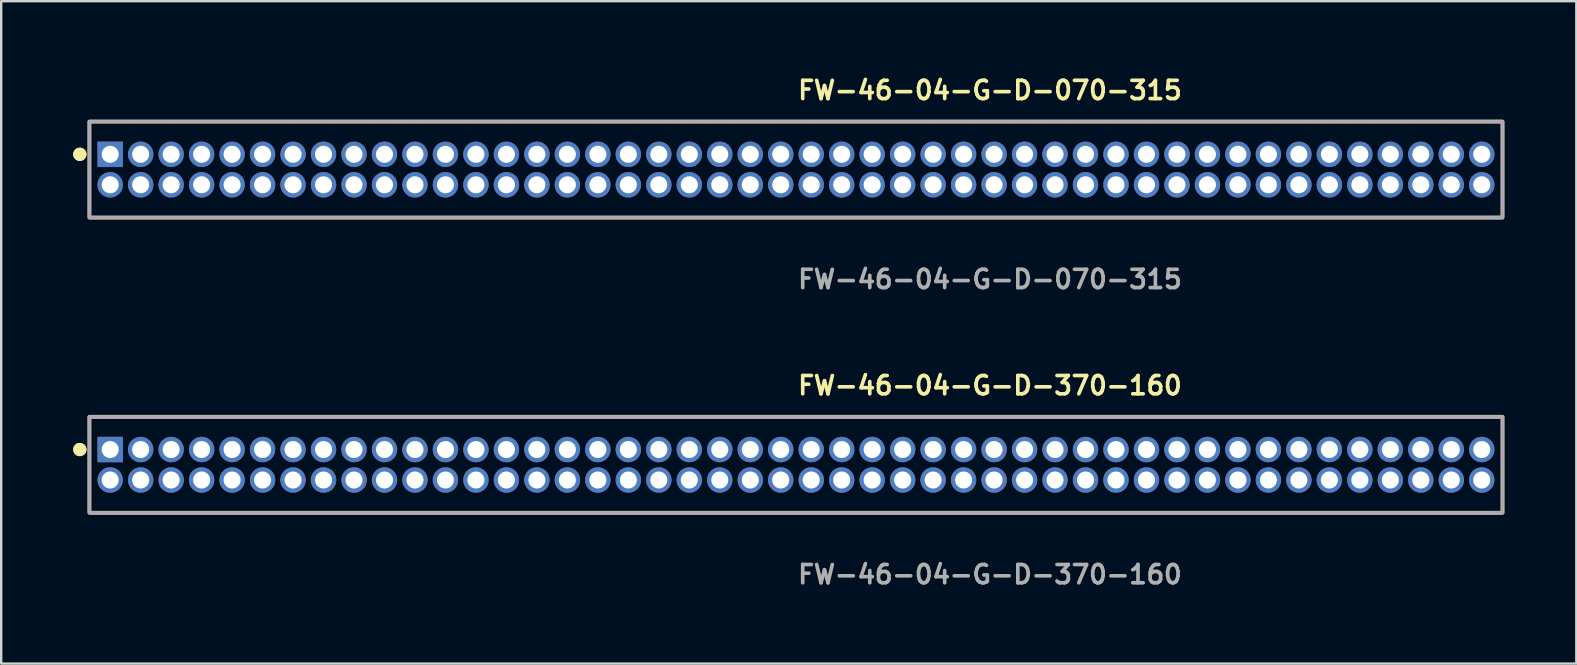
<source format=kicad_pcb>
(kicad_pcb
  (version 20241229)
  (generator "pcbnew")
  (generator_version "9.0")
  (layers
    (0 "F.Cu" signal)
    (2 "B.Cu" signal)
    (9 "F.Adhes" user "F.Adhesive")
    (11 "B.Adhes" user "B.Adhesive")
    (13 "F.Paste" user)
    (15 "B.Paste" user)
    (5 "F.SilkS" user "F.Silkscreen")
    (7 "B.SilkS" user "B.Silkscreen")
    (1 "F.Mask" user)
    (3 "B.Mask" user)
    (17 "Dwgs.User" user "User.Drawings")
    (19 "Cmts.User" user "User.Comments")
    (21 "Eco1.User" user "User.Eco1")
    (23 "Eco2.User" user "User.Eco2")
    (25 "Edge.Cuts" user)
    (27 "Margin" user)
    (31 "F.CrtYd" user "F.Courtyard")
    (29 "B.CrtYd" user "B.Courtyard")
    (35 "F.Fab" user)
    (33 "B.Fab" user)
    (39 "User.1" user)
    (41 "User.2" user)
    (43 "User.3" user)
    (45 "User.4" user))
  (footprint "FW-46-04-G-D-370-160"
    (layer "F.Cu")
    (at 30.116 16.316)
    (property "Reference" "FW-46-04-G-D-370-160" (at 0 -3.302 0) (unlocked yes) (layer "F.SilkS") (effects (font (size 0.762 0.762) (thickness 0.152)) (justify left)))
    (fp_rect (start -29.44 2) (end 29.44 -2) (stroke (width 0.152) (type solid)) (fill no) (layer "F.SilkS"))
    (fp_circle (center -29.84 -0.635) (end -30.04 -0.635) (stroke (width 0.152) (type solid)) (fill yes) (layer "F.SilkS"))
    (fp_circle (center -29.84 -0.635) (end -30.04 -0.635) (stroke (width 0.152) (type solid)) (fill yes) (layer "F.SilkS"))
    (fp_rect (start -29.44 2) (end 29.44 -2) (stroke (width 0.006) (type solid)) (fill no) (layer "F.CrtYd"))
    (fp_rect (start -29.44 2) (end 29.44 -2) (stroke (width 0.152) (type solid)) (fill no) (layer "F.Fab"))
    (fp_text user "${REFERENCE}" (at 0 4.572 0) (unlocked yes) (layer "F.Fab") (effects (font (size 0.762 0.762) (thickness 0.152)) (justify left)))
    (pad "1" thru_hole rect (at -28.575 -0.635) (size 1.06 1.06) (drill 0.71) (layers "*.Cu" "*.Mask"))
    (pad "2" thru_hole circle (at -28.575 0.635) (size 1.06 1.06) (drill 0.71) (layers "*.Cu" "*.Mask"))
    (pad "3" thru_hole circle (at -27.305 -0.635) (size 1.06 1.06) (drill 0.71) (layers "*.Cu" "*.Mask"))
    (pad "4" thru_hole circle (at -27.305 0.635) (size 1.06 1.06) (drill 0.71) (layers "*.Cu" "*.Mask"))
    (pad "5" thru_hole circle (at -26.035 -0.635) (size 1.06 1.06) (drill 0.71) (layers "*.Cu" "*.Mask"))
    (pad "6" thru_hole circle (at -26.035 0.635) (size 1.06 1.06) (drill 0.71) (layers "*.Cu" "*.Mask"))
    (pad "7" thru_hole circle (at -24.765 -0.635) (size 1.06 1.06) (drill 0.71) (layers "*.Cu" "*.Mask"))
    (pad "8" thru_hole circle (at -24.765 0.635) (size 1.06 1.06) (drill 0.71) (layers "*.Cu" "*.Mask"))
    (pad "9" thru_hole circle (at -23.495 -0.635) (size 1.06 1.06) (drill 0.71) (layers "*.Cu" "*.Mask"))
    (pad "10" thru_hole circle (at -23.495 0.635) (size 1.06 1.06) (drill 0.71) (layers "*.Cu" "*.Mask"))
    (pad "11" thru_hole circle (at -22.225 -0.635) (size 1.06 1.06) (drill 0.71) (layers "*.Cu" "*.Mask"))
    (pad "12" thru_hole circle (at -22.225 0.635) (size 1.06 1.06) (drill 0.71) (layers "*.Cu" "*.Mask"))
    (pad "13" thru_hole circle (at -20.955 -0.635) (size 1.06 1.06) (drill 0.71) (layers "*.Cu" "*.Mask"))
    (pad "14" thru_hole circle (at -20.955 0.635) (size 1.06 1.06) (drill 0.71) (layers "*.Cu" "*.Mask"))
    (pad "15" thru_hole circle (at -19.685 -0.635) (size 1.06 1.06) (drill 0.71) (layers "*.Cu" "*.Mask"))
    (pad "16" thru_hole circle (at -19.685 0.635) (size 1.06 1.06) (drill 0.71) (layers "*.Cu" "*.Mask"))
    (pad "17" thru_hole circle (at -18.415 -0.635) (size 1.06 1.06) (drill 0.71) (layers "*.Cu" "*.Mask"))
    (pad "18" thru_hole circle (at -18.415 0.635) (size 1.06 1.06) (drill 0.71) (layers "*.Cu" "*.Mask"))
    (pad "19" thru_hole circle (at -17.145 -0.635) (size 1.06 1.06) (drill 0.71) (layers "*.Cu" "*.Mask"))
    (pad "20" thru_hole circle (at -17.145 0.635) (size 1.06 1.06) (drill 0.71) (layers "*.Cu" "*.Mask"))
    (pad "21" thru_hole circle (at -15.875 -0.635) (size 1.06 1.06) (drill 0.71) (layers "*.Cu" "*.Mask"))
    (pad "22" thru_hole circle (at -15.875 0.635) (size 1.06 1.06) (drill 0.71) (layers "*.Cu" "*.Mask"))
    (pad "23" thru_hole circle (at -14.605 -0.635) (size 1.06 1.06) (drill 0.71) (layers "*.Cu" "*.Mask"))
    (pad "24" thru_hole circle (at -14.605 0.635) (size 1.06 1.06) (drill 0.71) (layers "*.Cu" "*.Mask"))
    (pad "25" thru_hole circle (at -13.335 -0.635) (size 1.06 1.06) (drill 0.71) (layers "*.Cu" "*.Mask"))
    (pad "26" thru_hole circle (at -13.335 0.635) (size 1.06 1.06) (drill 0.71) (layers "*.Cu" "*.Mask"))
    (pad "27" thru_hole circle (at -12.065 -0.635) (size 1.06 1.06) (drill 0.71) (layers "*.Cu" "*.Mask"))
    (pad "28" thru_hole circle (at -12.065 0.635) (size 1.06 1.06) (drill 0.71) (layers "*.Cu" "*.Mask"))
    (pad "29" thru_hole circle (at -10.795 -0.635) (size 1.06 1.06) (drill 0.71) (layers "*.Cu" "*.Mask"))
    (pad "30" thru_hole circle (at -10.795 0.635) (size 1.06 1.06) (drill 0.71) (layers "*.Cu" "*.Mask"))
    (pad "31" thru_hole circle (at -9.525 -0.635) (size 1.06 1.06) (drill 0.71) (layers "*.Cu" "*.Mask"))
    (pad "32" thru_hole circle (at -9.525 0.635) (size 1.06 1.06) (drill 0.71) (layers "*.Cu" "*.Mask"))
    (pad "33" thru_hole circle (at -8.255 -0.635) (size 1.06 1.06) (drill 0.71) (layers "*.Cu" "*.Mask"))
    (pad "34" thru_hole circle (at -8.255 0.635) (size 1.06 1.06) (drill 0.71) (layers "*.Cu" "*.Mask"))
    (pad "35" thru_hole circle (at -6.985 -0.635) (size 1.06 1.06) (drill 0.71) (layers "*.Cu" "*.Mask"))
    (pad "36" thru_hole circle (at -6.985 0.635) (size 1.06 1.06) (drill 0.71) (layers "*.Cu" "*.Mask"))
    (pad "37" thru_hole circle (at -5.715 -0.635) (size 1.06 1.06) (drill 0.71) (layers "*.Cu" "*.Mask"))
    (pad "38" thru_hole circle (at -5.715 0.635) (size 1.06 1.06) (drill 0.71) (layers "*.Cu" "*.Mask"))
    (pad "39" thru_hole circle (at -4.445 -0.635) (size 1.06 1.06) (drill 0.71) (layers "*.Cu" "*.Mask"))
    (pad "40" thru_hole circle (at -4.445 0.635) (size 1.06 1.06) (drill 0.71) (layers "*.Cu" "*.Mask"))
    (pad "41" thru_hole circle (at -3.175 -0.635) (size 1.06 1.06) (drill 0.71) (layers "*.Cu" "*.Mask"))
    (pad "42" thru_hole circle (at -3.175 0.635) (size 1.06 1.06) (drill 0.71) (layers "*.Cu" "*.Mask"))
    (pad "43" thru_hole circle (at -1.905 -0.635) (size 1.06 1.06) (drill 0.71) (layers "*.Cu" "*.Mask"))
    (pad "44" thru_hole circle (at -1.905 0.635) (size 1.06 1.06) (drill 0.71) (layers "*.Cu" "*.Mask"))
    (pad "45" thru_hole circle (at -0.635 -0.635) (size 1.06 1.06) (drill 0.71) (layers "*.Cu" "*.Mask"))
    (pad "46" thru_hole circle (at -0.635 0.635) (size 1.06 1.06) (drill 0.71) (layers "*.Cu" "*.Mask"))
    (pad "47" thru_hole circle (at 0.635 -0.635) (size 1.06 1.06) (drill 0.71) (layers "*.Cu" "*.Mask"))
    (pad "48" thru_hole circle (at 0.635 0.635) (size 1.06 1.06) (drill 0.71) (layers "*.Cu" "*.Mask"))
    (pad "49" thru_hole circle (at 1.905 -0.635) (size 1.06 1.06) (drill 0.71) (layers "*.Cu" "*.Mask"))
    (pad "50" thru_hole circle (at 1.905 0.635) (size 1.06 1.06) (drill 0.71) (layers "*.Cu" "*.Mask"))
    (pad "51" thru_hole circle (at 3.175 -0.635) (size 1.06 1.06) (drill 0.71) (layers "*.Cu" "*.Mask"))
    (pad "52" thru_hole circle (at 3.175 0.635) (size 1.06 1.06) (drill 0.71) (layers "*.Cu" "*.Mask"))
    (pad "53" thru_hole circle (at 4.445 -0.635) (size 1.06 1.06) (drill 0.71) (layers "*.Cu" "*.Mask"))
    (pad "54" thru_hole circle (at 4.445 0.635) (size 1.06 1.06) (drill 0.71) (layers "*.Cu" "*.Mask"))
    (pad "55" thru_hole circle (at 5.715 -0.635) (size 1.06 1.06) (drill 0.71) (layers "*.Cu" "*.Mask"))
    (pad "56" thru_hole circle (at 5.715 0.635) (size 1.06 1.06) (drill 0.71) (layers "*.Cu" "*.Mask"))
    (pad "57" thru_hole circle (at 6.985 -0.635) (size 1.06 1.06) (drill 0.71) (layers "*.Cu" "*.Mask"))
    (pad "58" thru_hole circle (at 6.985 0.635) (size 1.06 1.06) (drill 0.71) (layers "*.Cu" "*.Mask"))
    (pad "59" thru_hole circle (at 8.255 -0.635) (size 1.06 1.06) (drill 0.71) (layers "*.Cu" "*.Mask"))
    (pad "60" thru_hole circle (at 8.255 0.635) (size 1.06 1.06) (drill 0.71) (layers "*.Cu" "*.Mask"))
    (pad "61" thru_hole circle (at 9.525 -0.635) (size 1.06 1.06) (drill 0.71) (layers "*.Cu" "*.Mask"))
    (pad "62" thru_hole circle (at 9.525 0.635) (size 1.06 1.06) (drill 0.71) (layers "*.Cu" "*.Mask"))
    (pad "63" thru_hole circle (at 10.795 -0.635) (size 1.06 1.06) (drill 0.71) (layers "*.Cu" "*.Mask"))
    (pad "64" thru_hole circle (at 10.795 0.635) (size 1.06 1.06) (drill 0.71) (layers "*.Cu" "*.Mask"))
    (pad "65" thru_hole circle (at 12.065 -0.635) (size 1.06 1.06) (drill 0.71) (layers "*.Cu" "*.Mask"))
    (pad "66" thru_hole circle (at 12.065 0.635) (size 1.06 1.06) (drill 0.71) (layers "*.Cu" "*.Mask"))
    (pad "67" thru_hole circle (at 13.335 -0.635) (size 1.06 1.06) (drill 0.71) (layers "*.Cu" "*.Mask"))
    (pad "68" thru_hole circle (at 13.335 0.635) (size 1.06 1.06) (drill 0.71) (layers "*.Cu" "*.Mask"))
    (pad "69" thru_hole circle (at 14.605 -0.635) (size 1.06 1.06) (drill 0.71) (layers "*.Cu" "*.Mask"))
    (pad "70" thru_hole circle (at 14.605 0.635) (size 1.06 1.06) (drill 0.71) (layers "*.Cu" "*.Mask"))
    (pad "71" thru_hole circle (at 15.875 -0.635) (size 1.06 1.06) (drill 0.71) (layers "*.Cu" "*.Mask"))
    (pad "72" thru_hole circle (at 15.875 0.635) (size 1.06 1.06) (drill 0.71) (layers "*.Cu" "*.Mask"))
    (pad "73" thru_hole circle (at 17.145 -0.635) (size 1.06 1.06) (drill 0.71) (layers "*.Cu" "*.Mask"))
    (pad "74" thru_hole circle (at 17.145 0.635) (size 1.06 1.06) (drill 0.71) (layers "*.Cu" "*.Mask"))
    (pad "75" thru_hole circle (at 18.415 -0.635) (size 1.06 1.06) (drill 0.71) (layers "*.Cu" "*.Mask"))
    (pad "76" thru_hole circle (at 18.415 0.635) (size 1.06 1.06) (drill 0.71) (layers "*.Cu" "*.Mask"))
    (pad "77" thru_hole circle (at 19.685 -0.635) (size 1.06 1.06) (drill 0.71) (layers "*.Cu" "*.Mask"))
    (pad "78" thru_hole circle (at 19.685 0.635) (size 1.06 1.06) (drill 0.71) (layers "*.Cu" "*.Mask"))
    (pad "79" thru_hole circle (at 20.955 -0.635) (size 1.06 1.06) (drill 0.71) (layers "*.Cu" "*.Mask"))
    (pad "80" thru_hole circle (at 20.955 0.635) (size 1.06 1.06) (drill 0.71) (layers "*.Cu" "*.Mask"))
    (pad "81" thru_hole circle (at 22.225 -0.635) (size 1.06 1.06) (drill 0.71) (layers "*.Cu" "*.Mask"))
    (pad "82" thru_hole circle (at 22.225 0.635) (size 1.06 1.06) (drill 0.71) (layers "*.Cu" "*.Mask"))
    (pad "83" thru_hole circle (at 23.495 -0.635) (size 1.06 1.06) (drill 0.71) (layers "*.Cu" "*.Mask"))
    (pad "84" thru_hole circle (at 23.495 0.635) (size 1.06 1.06) (drill 0.71) (layers "*.Cu" "*.Mask"))
    (pad "85" thru_hole circle (at 24.765 -0.635) (size 1.06 1.06) (drill 0.71) (layers "*.Cu" "*.Mask"))
    (pad "86" thru_hole circle (at 24.765 0.635) (size 1.06 1.06) (drill 0.71) (layers "*.Cu" "*.Mask"))
    (pad "87" thru_hole circle (at 26.035 -0.635) (size 1.06 1.06) (drill 0.71) (layers "*.Cu" "*.Mask"))
    (pad "88" thru_hole circle (at 26.035 0.635) (size 1.06 1.06) (drill 0.71) (layers "*.Cu" "*.Mask"))
    (pad "89" thru_hole circle (at 27.305 -0.635) (size 1.06 1.06) (drill 0.71) (layers "*.Cu" "*.Mask"))
    (pad "90" thru_hole circle (at 27.305 0.635) (size 1.06 1.06) (drill 0.71) (layers "*.Cu" "*.Mask"))
    (pad "91" thru_hole circle (at 28.575 -0.635) (size 1.06 1.06) (drill 0.71) (layers "*.Cu" "*.Mask"))
    (pad "92" thru_hole circle (at 28.575 0.635) (size 1.06 1.06) (drill 0.71) (layers "*.Cu" "*.Mask")))
  (footprint "FW-46-04-G-D-070-315"
    (layer "F.Cu")
    (at 30.116 4.015)
    (property "Reference" "FW-46-04-G-D-070-315" (at 0 -3.302 0) (unlocked yes) (layer "F.SilkS") (effects (font (size 0.762 0.762) (thickness 0.152)) (justify left)))
    (fp_rect (start -29.44 2) (end 29.44 -2) (stroke (width 0.152) (type solid)) (fill no) (layer "F.SilkS"))
    (fp_circle (center -29.84 -0.635) (end -30.04 -0.635) (stroke (width 0.152) (type solid)) (fill yes) (layer "F.SilkS"))
    (fp_circle (center -29.84 -0.635) (end -30.04 -0.635) (stroke (width 0.152) (type solid)) (fill yes) (layer "F.SilkS"))
    (fp_rect (start -29.44 2) (end 29.44 -2) (stroke (width 0.006) (type solid)) (fill no) (layer "F.CrtYd"))
    (fp_rect (start -29.44 2) (end 29.44 -2) (stroke (width 0.152) (type solid)) (fill no) (layer "F.Fab"))
    (fp_text user "${REFERENCE}" (at 0 4.572 0) (unlocked yes) (layer "F.Fab") (effects (font (size 0.762 0.762) (thickness 0.152)) (justify left)))
    (pad "1" thru_hole rect (at -28.575 -0.635) (size 1.06 1.06) (drill 0.71) (layers "*.Cu" "*.Mask"))
    (pad "2" thru_hole circle (at -28.575 0.635) (size 1.06 1.06) (drill 0.71) (layers "*.Cu" "*.Mask"))
    (pad "3" thru_hole circle (at -27.305 -0.635) (size 1.06 1.06) (drill 0.71) (layers "*.Cu" "*.Mask"))
    (pad "4" thru_hole circle (at -27.305 0.635) (size 1.06 1.06) (drill 0.71) (layers "*.Cu" "*.Mask"))
    (pad "5" thru_hole circle (at -26.035 -0.635) (size 1.06 1.06) (drill 0.71) (layers "*.Cu" "*.Mask"))
    (pad "6" thru_hole circle (at -26.035 0.635) (size 1.06 1.06) (drill 0.71) (layers "*.Cu" "*.Mask"))
    (pad "7" thru_hole circle (at -24.765 -0.635) (size 1.06 1.06) (drill 0.71) (layers "*.Cu" "*.Mask"))
    (pad "8" thru_hole circle (at -24.765 0.635) (size 1.06 1.06) (drill 0.71) (layers "*.Cu" "*.Mask"))
    (pad "9" thru_hole circle (at -23.495 -0.635) (size 1.06 1.06) (drill 0.71) (layers "*.Cu" "*.Mask"))
    (pad "10" thru_hole circle (at -23.495 0.635) (size 1.06 1.06) (drill 0.71) (layers "*.Cu" "*.Mask"))
    (pad "11" thru_hole circle (at -22.225 -0.635) (size 1.06 1.06) (drill 0.71) (layers "*.Cu" "*.Mask"))
    (pad "12" thru_hole circle (at -22.225 0.635) (size 1.06 1.06) (drill 0.71) (layers "*.Cu" "*.Mask"))
    (pad "13" thru_hole circle (at -20.955 -0.635) (size 1.06 1.06) (drill 0.71) (layers "*.Cu" "*.Mask"))
    (pad "14" thru_hole circle (at -20.955 0.635) (size 1.06 1.06) (drill 0.71) (layers "*.Cu" "*.Mask"))
    (pad "15" thru_hole circle (at -19.685 -0.635) (size 1.06 1.06) (drill 0.71) (layers "*.Cu" "*.Mask"))
    (pad "16" thru_hole circle (at -19.685 0.635) (size 1.06 1.06) (drill 0.71) (layers "*.Cu" "*.Mask"))
    (pad "17" thru_hole circle (at -18.415 -0.635) (size 1.06 1.06) (drill 0.71) (layers "*.Cu" "*.Mask"))
    (pad "18" thru_hole circle (at -18.415 0.635) (size 1.06 1.06) (drill 0.71) (layers "*.Cu" "*.Mask"))
    (pad "19" thru_hole circle (at -17.145 -0.635) (size 1.06 1.06) (drill 0.71) (layers "*.Cu" "*.Mask"))
    (pad "20" thru_hole circle (at -17.145 0.635) (size 1.06 1.06) (drill 0.71) (layers "*.Cu" "*.Mask"))
    (pad "21" thru_hole circle (at -15.875 -0.635) (size 1.06 1.06) (drill 0.71) (layers "*.Cu" "*.Mask"))
    (pad "22" thru_hole circle (at -15.875 0.635) (size 1.06 1.06) (drill 0.71) (layers "*.Cu" "*.Mask"))
    (pad "23" thru_hole circle (at -14.605 -0.635) (size 1.06 1.06) (drill 0.71) (layers "*.Cu" "*.Mask"))
    (pad "24" thru_hole circle (at -14.605 0.635) (size 1.06 1.06) (drill 0.71) (layers "*.Cu" "*.Mask"))
    (pad "25" thru_hole circle (at -13.335 -0.635) (size 1.06 1.06) (drill 0.71) (layers "*.Cu" "*.Mask"))
    (pad "26" thru_hole circle (at -13.335 0.635) (size 1.06 1.06) (drill 0.71) (layers "*.Cu" "*.Mask"))
    (pad "27" thru_hole circle (at -12.065 -0.635) (size 1.06 1.06) (drill 0.71) (layers "*.Cu" "*.Mask"))
    (pad "28" thru_hole circle (at -12.065 0.635) (size 1.06 1.06) (drill 0.71) (layers "*.Cu" "*.Mask"))
    (pad "29" thru_hole circle (at -10.795 -0.635) (size 1.06 1.06) (drill 0.71) (layers "*.Cu" "*.Mask"))
    (pad "30" thru_hole circle (at -10.795 0.635) (size 1.06 1.06) (drill 0.71) (layers "*.Cu" "*.Mask"))
    (pad "31" thru_hole circle (at -9.525 -0.635) (size 1.06 1.06) (drill 0.71) (layers "*.Cu" "*.Mask"))
    (pad "32" thru_hole circle (at -9.525 0.635) (size 1.06 1.06) (drill 0.71) (layers "*.Cu" "*.Mask"))
    (pad "33" thru_hole circle (at -8.255 -0.635) (size 1.06 1.06) (drill 0.71) (layers "*.Cu" "*.Mask"))
    (pad "34" thru_hole circle (at -8.255 0.635) (size 1.06 1.06) (drill 0.71) (layers "*.Cu" "*.Mask"))
    (pad "35" thru_hole circle (at -6.985 -0.635) (size 1.06 1.06) (drill 0.71) (layers "*.Cu" "*.Mask"))
    (pad "36" thru_hole circle (at -6.985 0.635) (size 1.06 1.06) (drill 0.71) (layers "*.Cu" "*.Mask"))
    (pad "37" thru_hole circle (at -5.715 -0.635) (size 1.06 1.06) (drill 0.71) (layers "*.Cu" "*.Mask"))
    (pad "38" thru_hole circle (at -5.715 0.635) (size 1.06 1.06) (drill 0.71) (layers "*.Cu" "*.Mask"))
    (pad "39" thru_hole circle (at -4.445 -0.635) (size 1.06 1.06) (drill 0.71) (layers "*.Cu" "*.Mask"))
    (pad "40" thru_hole circle (at -4.445 0.635) (size 1.06 1.06) (drill 0.71) (layers "*.Cu" "*.Mask"))
    (pad "41" thru_hole circle (at -3.175 -0.635) (size 1.06 1.06) (drill 0.71) (layers "*.Cu" "*.Mask"))
    (pad "42" thru_hole circle (at -3.175 0.635) (size 1.06 1.06) (drill 0.71) (layers "*.Cu" "*.Mask"))
    (pad "43" thru_hole circle (at -1.905 -0.635) (size 1.06 1.06) (drill 0.71) (layers "*.Cu" "*.Mask"))
    (pad "44" thru_hole circle (at -1.905 0.635) (size 1.06 1.06) (drill 0.71) (layers "*.Cu" "*.Mask"))
    (pad "45" thru_hole circle (at -0.635 -0.635) (size 1.06 1.06) (drill 0.71) (layers "*.Cu" "*.Mask"))
    (pad "46" thru_hole circle (at -0.635 0.635) (size 1.06 1.06) (drill 0.71) (layers "*.Cu" "*.Mask"))
    (pad "47" thru_hole circle (at 0.635 -0.635) (size 1.06 1.06) (drill 0.71) (layers "*.Cu" "*.Mask"))
    (pad "48" thru_hole circle (at 0.635 0.635) (size 1.06 1.06) (drill 0.71) (layers "*.Cu" "*.Mask"))
    (pad "49" thru_hole circle (at 1.905 -0.635) (size 1.06 1.06) (drill 0.71) (layers "*.Cu" "*.Mask"))
    (pad "50" thru_hole circle (at 1.905 0.635) (size 1.06 1.06) (drill 0.71) (layers "*.Cu" "*.Mask"))
    (pad "51" thru_hole circle (at 3.175 -0.635) (size 1.06 1.06) (drill 0.71) (layers "*.Cu" "*.Mask"))
    (pad "52" thru_hole circle (at 3.175 0.635) (size 1.06 1.06) (drill 0.71) (layers "*.Cu" "*.Mask"))
    (pad "53" thru_hole circle (at 4.445 -0.635) (size 1.06 1.06) (drill 0.71) (layers "*.Cu" "*.Mask"))
    (pad "54" thru_hole circle (at 4.445 0.635) (size 1.06 1.06) (drill 0.71) (layers "*.Cu" "*.Mask"))
    (pad "55" thru_hole circle (at 5.715 -0.635) (size 1.06 1.06) (drill 0.71) (layers "*.Cu" "*.Mask"))
    (pad "56" thru_hole circle (at 5.715 0.635) (size 1.06 1.06) (drill 0.71) (layers "*.Cu" "*.Mask"))
    (pad "57" thru_hole circle (at 6.985 -0.635) (size 1.06 1.06) (drill 0.71) (layers "*.Cu" "*.Mask"))
    (pad "58" thru_hole circle (at 6.985 0.635) (size 1.06 1.06) (drill 0.71) (layers "*.Cu" "*.Mask"))
    (pad "59" thru_hole circle (at 8.255 -0.635) (size 1.06 1.06) (drill 0.71) (layers "*.Cu" "*.Mask"))
    (pad "60" thru_hole circle (at 8.255 0.635) (size 1.06 1.06) (drill 0.71) (layers "*.Cu" "*.Mask"))
    (pad "61" thru_hole circle (at 9.525 -0.635) (size 1.06 1.06) (drill 0.71) (layers "*.Cu" "*.Mask"))
    (pad "62" thru_hole circle (at 9.525 0.635) (size 1.06 1.06) (drill 0.71) (layers "*.Cu" "*.Mask"))
    (pad "63" thru_hole circle (at 10.795 -0.635) (size 1.06 1.06) (drill 0.71) (layers "*.Cu" "*.Mask"))
    (pad "64" thru_hole circle (at 10.795 0.635) (size 1.06 1.06) (drill 0.71) (layers "*.Cu" "*.Mask"))
    (pad "65" thru_hole circle (at 12.065 -0.635) (size 1.06 1.06) (drill 0.71) (layers "*.Cu" "*.Mask"))
    (pad "66" thru_hole circle (at 12.065 0.635) (size 1.06 1.06) (drill 0.71) (layers "*.Cu" "*.Mask"))
    (pad "67" thru_hole circle (at 13.335 -0.635) (size 1.06 1.06) (drill 0.71) (layers "*.Cu" "*.Mask"))
    (pad "68" thru_hole circle (at 13.335 0.635) (size 1.06 1.06) (drill 0.71) (layers "*.Cu" "*.Mask"))
    (pad "69" thru_hole circle (at 14.605 -0.635) (size 1.06 1.06) (drill 0.71) (layers "*.Cu" "*.Mask"))
    (pad "70" thru_hole circle (at 14.605 0.635) (size 1.06 1.06) (drill 0.71) (layers "*.Cu" "*.Mask"))
    (pad "71" thru_hole circle (at 15.875 -0.635) (size 1.06 1.06) (drill 0.71) (layers "*.Cu" "*.Mask"))
    (pad "72" thru_hole circle (at 15.875 0.635) (size 1.06 1.06) (drill 0.71) (layers "*.Cu" "*.Mask"))
    (pad "73" thru_hole circle (at 17.145 -0.635) (size 1.06 1.06) (drill 0.71) (layers "*.Cu" "*.Mask"))
    (pad "74" thru_hole circle (at 17.145 0.635) (size 1.06 1.06) (drill 0.71) (layers "*.Cu" "*.Mask"))
    (pad "75" thru_hole circle (at 18.415 -0.635) (size 1.06 1.06) (drill 0.71) (layers "*.Cu" "*.Mask"))
    (pad "76" thru_hole circle (at 18.415 0.635) (size 1.06 1.06) (drill 0.71) (layers "*.Cu" "*.Mask"))
    (pad "77" thru_hole circle (at 19.685 -0.635) (size 1.06 1.06) (drill 0.71) (layers "*.Cu" "*.Mask"))
    (pad "78" thru_hole circle (at 19.685 0.635) (size 1.06 1.06) (drill 0.71) (layers "*.Cu" "*.Mask"))
    (pad "79" thru_hole circle (at 20.955 -0.635) (size 1.06 1.06) (drill 0.71) (layers "*.Cu" "*.Mask"))
    (pad "80" thru_hole circle (at 20.955 0.635) (size 1.06 1.06) (drill 0.71) (layers "*.Cu" "*.Mask"))
    (pad "81" thru_hole circle (at 22.225 -0.635) (size 1.06 1.06) (drill 0.71) (layers "*.Cu" "*.Mask"))
    (pad "82" thru_hole circle (at 22.225 0.635) (size 1.06 1.06) (drill 0.71) (layers "*.Cu" "*.Mask"))
    (pad "83" thru_hole circle (at 23.495 -0.635) (size 1.06 1.06) (drill 0.71) (layers "*.Cu" "*.Mask"))
    (pad "84" thru_hole circle (at 23.495 0.635) (size 1.06 1.06) (drill 0.71) (layers "*.Cu" "*.Mask"))
    (pad "85" thru_hole circle (at 24.765 -0.635) (size 1.06 1.06) (drill 0.71) (layers "*.Cu" "*.Mask"))
    (pad "86" thru_hole circle (at 24.765 0.635) (size 1.06 1.06) (drill 0.71) (layers "*.Cu" "*.Mask"))
    (pad "87" thru_hole circle (at 26.035 -0.635) (size 1.06 1.06) (drill 0.71) (layers "*.Cu" "*.Mask"))
    (pad "88" thru_hole circle (at 26.035 0.635) (size 1.06 1.06) (drill 0.71) (layers "*.Cu" "*.Mask"))
    (pad "89" thru_hole circle (at 27.305 -0.635) (size 1.06 1.06) (drill 0.71) (layers "*.Cu" "*.Mask"))
    (pad "90" thru_hole circle (at 27.305 0.635) (size 1.06 1.06) (drill 0.71) (layers "*.Cu" "*.Mask"))
    (pad "91" thru_hole circle (at 28.575 -0.635) (size 1.06 1.06) (drill 0.71) (layers "*.Cu" "*.Mask"))
    (pad "92" thru_hole circle (at 28.575 0.635) (size 1.06 1.06) (drill 0.71) (layers "*.Cu" "*.Mask")))
  (gr_rect
    (start -3 -3)
    (end 62.632 24.601)
    (stroke (width 0.1) (type default))
    (fill no)
    (layer "Edge.Cuts")))
</source>
